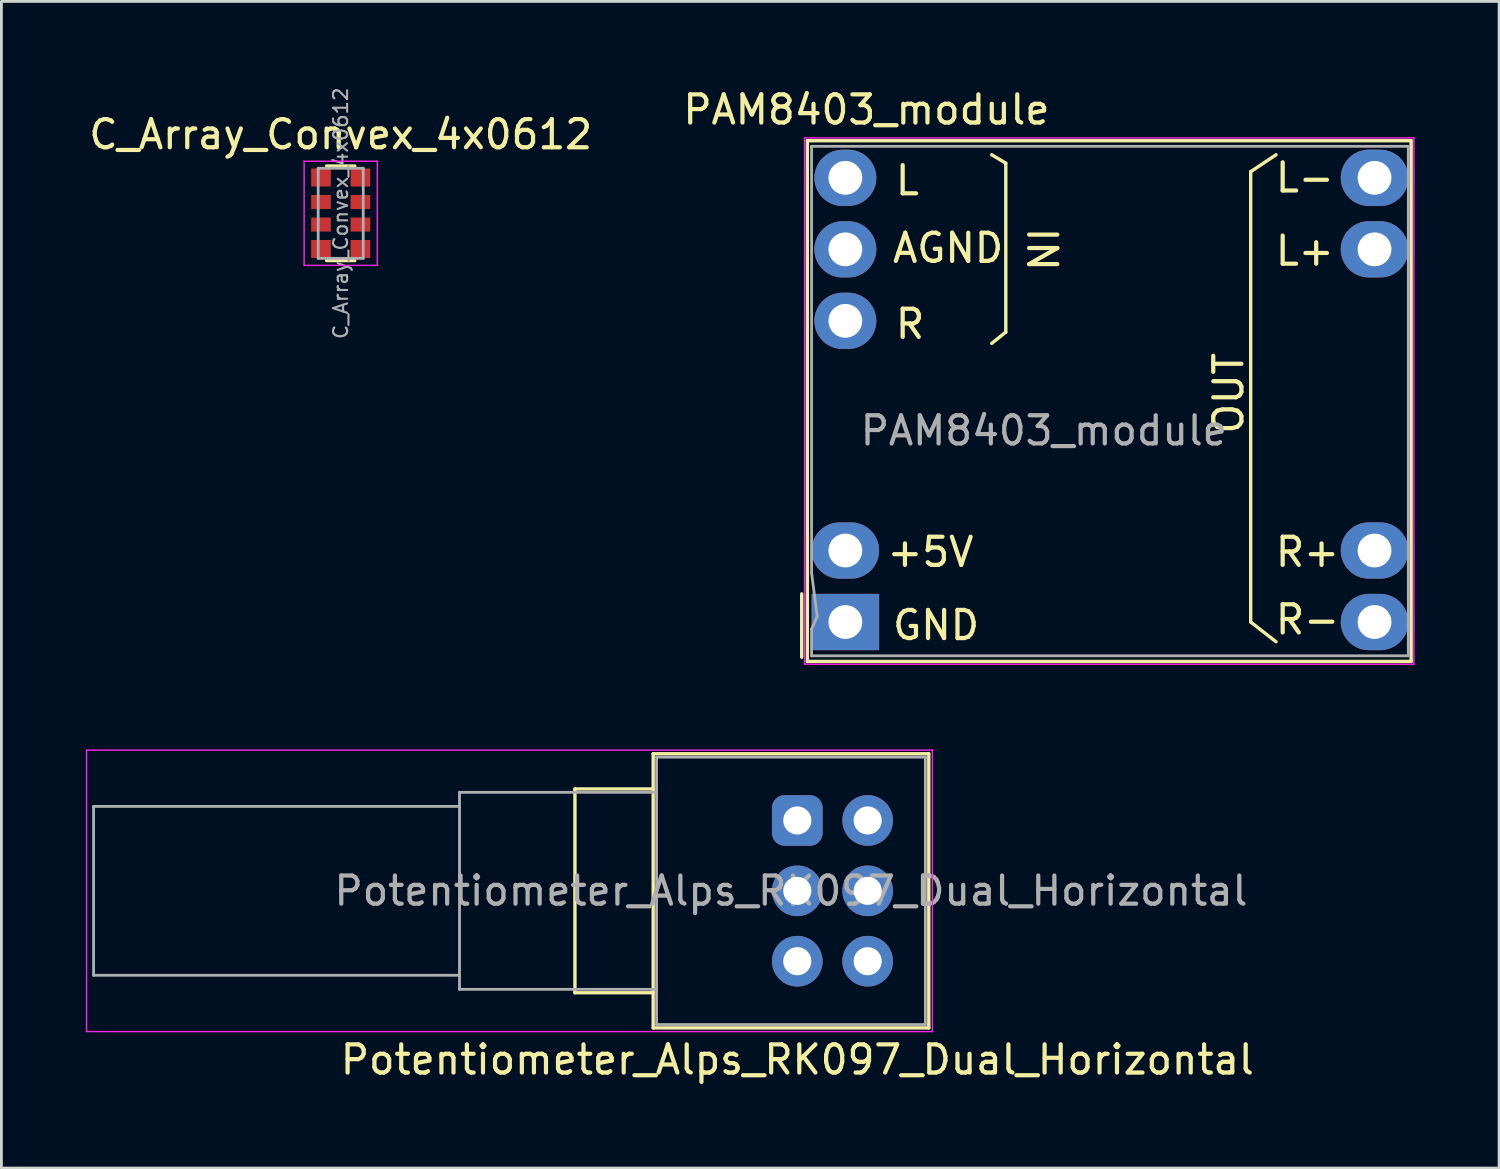
<source format=kicad_pcb>
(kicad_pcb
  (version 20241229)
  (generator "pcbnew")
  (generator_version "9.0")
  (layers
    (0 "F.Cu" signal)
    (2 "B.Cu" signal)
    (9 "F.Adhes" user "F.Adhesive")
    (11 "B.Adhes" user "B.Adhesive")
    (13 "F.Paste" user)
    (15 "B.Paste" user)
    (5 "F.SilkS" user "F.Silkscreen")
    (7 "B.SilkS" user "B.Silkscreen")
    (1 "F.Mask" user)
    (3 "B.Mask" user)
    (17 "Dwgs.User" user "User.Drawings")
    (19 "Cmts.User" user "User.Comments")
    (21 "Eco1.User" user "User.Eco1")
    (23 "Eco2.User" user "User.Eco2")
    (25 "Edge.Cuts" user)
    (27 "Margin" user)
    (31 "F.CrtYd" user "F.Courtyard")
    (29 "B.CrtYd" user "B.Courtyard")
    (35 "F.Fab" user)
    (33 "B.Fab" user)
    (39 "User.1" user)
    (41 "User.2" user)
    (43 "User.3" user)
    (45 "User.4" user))
  (footprint "PAM8403_module"
    (layer "F.Cu")
    (at 36.382 11.148)
    (property "Reference" "PAM8403_module" (at -8.65 -10.3 0) (layer "F.SilkS") (effects (font (size 1 1) (thickness 0.15))))
    (attr through_hole)
    (fp_line (start -10.95 6.9) (end -10.95 9.15) (stroke (width 0.12) (type solid)) (layer "F.SilkS"))
    (fp_line (start -10.75 -9.2) (end -10.75 9.3) (stroke (width 0.12) (type solid)) (layer "F.SilkS"))
    (fp_line (start -10.75 -9.2) (end 10.7 -9.2) (stroke (width 0.12) (type solid)) (layer "F.SilkS"))
    (fp_line (start -3.7 -8.4) (end -4.2 -8.7) (stroke (width 0.12) (type solid)) (layer "F.SilkS"))
    (fp_line (start -3.7 -8.4) (end -3.7 -2.4) (stroke (width 0.12) (type solid)) (layer "F.SilkS"))
    (fp_line (start -3.7 -2.4) (end -4.2 -2) (stroke (width 0.12) (type solid)) (layer "F.SilkS"))
    (fp_line (start 5 -8.1) (end 5 7.9) (stroke (width 0.12) (type solid)) (layer "F.SilkS"))
    (fp_line (start 5 -8.1) (end 5.9 -8.7) (stroke (width 0.12) (type solid)) (layer "F.SilkS"))
    (fp_line (start 5 7.9) (end 5.9 8.6) (stroke (width 0.12) (type solid)) (layer "F.SilkS"))
    (fp_line (start 10.7 -9.2) (end 10.7 9.3) (stroke (width 0.12) (type solid)) (layer "F.SilkS"))
    (fp_line (start 10.7 9.3) (end -10.75 9.3) (stroke (width 0.12) (type solid)) (layer "F.SilkS"))
    (fp_line (start -10.85 -9.3) (end 10.8 -9.3) (stroke (width 0.05) (type solid)) (layer "F.CrtYd"))
    (fp_line (start -10.85 9.4) (end -10.85 -9.3) (stroke (width 0.05) (type solid)) (layer "F.CrtYd"))
    (fp_line (start 10.8 -9.3) (end 10.8 9.4) (stroke (width 0.05) (type solid)) (layer "F.CrtYd"))
    (fp_line (start 10.8 9.4) (end -10.85 9.4) (stroke (width 0.05) (type solid)) (layer "F.CrtYd"))
    (fp_line (start -10.6 -9) (end 10.6 -9) (stroke (width 0.1) (type solid)) (layer "F.Fab"))
    (fp_line (start -10.6 6.15) (end -10.6 -9) (stroke (width 0.1) (type solid)) (layer "F.Fab"))
    (fp_line (start -10.6 9.1) (end -10.6 8.15) (stroke (width 0.1) (type solid)) (layer "F.Fab"))
    (fp_line (start -10.4 7.7) (end -10.6 6.15) (stroke (width 0.1) (type solid)) (layer "F.Fab"))
    (fp_line (start -10.4 7.7) (end -10.6 8.15) (stroke (width 0.1) (type solid)) (layer "F.Fab"))
    (fp_line (start 10.6 -9) (end 10.6 9.1) (stroke (width 0.1) (type solid)) (layer "F.Fab"))
    (fp_line (start 10.6 9.1) (end -10.6 9.1) (stroke (width 0.1) (type solid)) (layer "F.Fab"))
    (fp_text user "L-" (at 5.8 -7.3 0) (unlocked yes) (layer "F.SilkS") (effects (font (size 1 1) (thickness 0.15)) (justify left bottom)))
    (fp_text user "IN" (at -3 -6.2 270) (unlocked yes) (layer "F.SilkS") (effects (font (size 1 1) (thickness 0.15)) (justify left bottom)))
    (fp_text user "R+" (at 5.8 6 0) (unlocked yes) (layer "F.SilkS") (effects (font (size 1 1) (thickness 0.15)) (justify left bottom)))
    (fp_text user "L+" (at 5.8 -4.7 0) (unlocked yes) (layer "F.SilkS") (effects (font (size 1 1) (thickness 0.15)) (justify left bottom)))
    (fp_text user "+5V" (at -8 6 0) (unlocked yes) (layer "F.SilkS") (effects (font (size 1 1) (thickness 0.15)) (justify left bottom)))
    (fp_text user "R" (at -7.7 -2.1 0) (unlocked yes) (layer "F.SilkS") (effects (font (size 1 1) (thickness 0.15)) (justify left bottom)))
    (fp_text user "OUT" (at 4.8 1.3 90) (unlocked yes) (layer "F.SilkS") (effects (font (size 1 1) (thickness 0.15)) (justify left bottom)))
    (fp_text user "GND" (at -7.8 8.6 0) (unlocked yes) (layer "F.SilkS") (effects (font (size 1 1) (thickness 0.15)) (justify left bottom)))
    (fp_text user "R-" (at 5.8 8.4 0) (unlocked yes) (layer "F.SilkS") (effects (font (size 1 1) (thickness 0.15)) (justify left bottom)))
    (fp_text user "AGND" (at -7.8 -4.8 0) (unlocked yes) (layer "F.SilkS") (effects (font (size 1 1) (thickness 0.15)) (justify left bottom)))
    (fp_text user "L" (at -7.7 -7.2 0) (unlocked yes) (layer "F.SilkS") (effects (font (size 1 1) (thickness 0.15)) (justify left bottom)))
    (fp_text user "${REFERENCE}" (at -2.35 1.1 0) (layer "F.Fab") (effects (font (size 1 1) (thickness 0.15))))
    (pad "1" thru_hole rect (at -9.4 7.9) (size 2.4 2) (drill 1.2) (layers "*.Cu" "*.Mask"))
    (pad "2" thru_hole oval (at -9.4 5.36) (size 2.4 2) (drill 1.2) (layers "*.Cu" "*.Mask"))
    (pad "3" thru_hole oval (at -9.4 -2.8) (size 2.2 2) (drill 1.2) (layers "*.Cu" "*.Mask"))
    (pad "4" thru_hole oval (at -9.4 -5.34) (size 2.2 2) (drill 1.2) (layers "*.Cu" "*.Mask"))
    (pad "5" thru_hole oval (at -9.4 -7.88) (size 2.2 2) (drill 1.2) (layers "*.Cu" "*.Mask"))
    (pad "6" thru_hole oval (at 9.4 -7.88) (size 2.4 2) (drill 1.2) (layers "*.Cu" "*.Mask"))
    (pad "7" thru_hole oval (at 9.4 -5.34) (size 2.4 2) (drill 1.2) (layers "*.Cu" "*.Mask"))
    (pad "8" thru_hole oval (at 9.4 5.36) (size 2.4 2) (drill 1.2) (layers "*.Cu" "*.Mask"))
    (pad "9" thru_hole oval (at 9.4 7.9) (size 2.4 2) (drill 1.2) (layers "*.Cu" "*.Mask")))
  (footprint "C_Array_Convex_4x0612"
    (layer "F.Cu")
    (at 9.054 4.527)
    (property "Reference" "C_Array_Convex_4x0612" (at 0 -2.8 0) (layer "F.SilkS") (effects (font (size 1 1) (thickness 0.15))))
    (attr smd)
    (fp_line (start 0.5 -1.68) (end -0.5 -1.68) (stroke (width 0.12) (type solid)) (layer "F.SilkS"))
    (fp_line (start 0.5 1.68) (end -0.5 1.68) (stroke (width 0.12) (type solid)) (layer "F.SilkS"))
    (fp_line (start -1.3 -1.85) (end -1.3 1.85) (stroke (width 0.05) (type solid)) (layer "F.CrtYd"))
    (fp_line (start -1.3 -1.85) (end 1.3 -1.85) (stroke (width 0.05) (type solid)) (layer "F.CrtYd"))
    (fp_line (start 1.3 1.85) (end -1.3 1.85) (stroke (width 0.05) (type solid)) (layer "F.CrtYd"))
    (fp_line (start 1.3 1.85) (end 1.3 -1.85) (stroke (width 0.05) (type solid)) (layer "F.CrtYd"))
    (fp_line (start -0.8 -1.6) (end 0.8 -1.6) (stroke (width 0.1) (type solid)) (layer "F.Fab"))
    (fp_line (start -0.8 1.6) (end -0.8 -1.6) (stroke (width 0.1) (type solid)) (layer "F.Fab"))
    (fp_line (start 0.8 -1.6) (end 0.8 1.6) (stroke (width 0.1) (type solid)) (layer "F.Fab"))
    (fp_line (start 0.8 1.6) (end -0.8 1.6) (stroke (width 0.1) (type solid)) (layer "F.Fab"))
    (fp_text user "${REFERENCE}" (at 0 0 90) (layer "F.Fab") (effects (font (size 0.5 0.5) (thickness 0.075))))
    (pad "1" smd rect (at -0.7 -1.27) (size 0.7 0.64) (layers "F.Cu" "F.Mask" "F.Paste"))
    (pad "2" smd rect (at -0.7 -0.4) (size 0.7 0.5) (layers "F.Cu" "F.Mask" "F.Paste"))
    (pad "3" smd rect (at -0.7 0.4) (size 0.7 0.5) (layers "F.Cu" "F.Mask" "F.Paste"))
    (pad "4" smd rect (at -0.7 1.27) (size 0.7 0.64) (layers "F.Cu" "F.Mask" "F.Paste"))
    (pad "5" smd rect (at 0.7 1.27) (size 0.7 0.64) (layers "F.Cu" "F.Mask" "F.Paste"))
    (pad "6" smd rect (at 0.7 0.4) (size 0.7 0.5) (layers "F.Cu" "F.Mask" "F.Paste"))
    (pad "7" smd rect (at 0.7 -0.4) (size 0.7 0.5) (layers "F.Cu" "F.Mask" "F.Paste"))
    (pad "8" smd rect (at 0.7 -1.27) (size 0.7 0.64) (layers "F.Cu" "F.Mask" "F.Paste")))
  (footprint "Potentiometer_Alps_RK097_Dual_Horizontal"
    (layer "F.Cu")
    (at 25.275 26.098)
    (property "Reference" "Potentiometer_Alps_RK097_Dual_Horizontal" (at 0 8.5 180) (layer "F.SilkS") (effects (font (size 1 1) (thickness 0.15))))
    (attr through_hole)
    (fp_line (start -7.9 6.12) (end -7.9 -1.12) (stroke (width 0.12) (type solid)) (layer "F.SilkS"))
    (fp_line (start -5.12 -1.12) (end -7.9 -1.12) (stroke (width 0.12) (type solid)) (layer "F.SilkS"))
    (fp_line (start -5.12 6.12) (end -7.9 6.12) (stroke (width 0.12) (type solid)) (layer "F.SilkS"))
    (fp_line (start -5.12 7.37) (end -5.12 -2.37) (stroke (width 0.12) (type solid)) (layer "F.SilkS"))
    (fp_line (start 4.671 -2.37) (end -5.12 -2.37) (stroke (width 0.12) (type solid)) (layer "F.SilkS"))
    (fp_line (start 4.671 7.37) (end -5.12 7.37) (stroke (width 0.12) (type solid)) (layer "F.SilkS"))
    (fp_line (start 4.671 7.37) (end 4.671 -2.37) (stroke (width 0.12) (type solid)) (layer "F.SilkS"))
    (fp_line (start -25.25 -2.5) (end -25.25 7.5) (stroke (width 0.05) (type solid)) (layer "F.CrtYd"))
    (fp_line (start -25.25 7.5) (end 4.8 7.5) (stroke (width 0.05) (type solid)) (layer "F.CrtYd"))
    (fp_line (start 4.8 -2.5) (end -25.25 -2.5) (stroke (width 0.05) (type solid)) (layer "F.CrtYd"))
    (fp_line (start 4.8 7.5) (end 4.8 -2.5) (stroke (width 0.05) (type solid)) (layer "F.CrtYd"))
    (fp_line (start -25 -0.5) (end -25 5.5) (stroke (width 0.1) (type solid)) (layer "F.Fab"))
    (fp_line (start -25 5.5) (end -12 5.5) (stroke (width 0.1) (type solid)) (layer "F.Fab"))
    (fp_line (start -12 -1) (end -12 6) (stroke (width 0.1) (type solid)) (layer "F.Fab"))
    (fp_line (start -12 -0.5) (end -25 -0.5) (stroke (width 0.1) (type solid)) (layer "F.Fab"))
    (fp_line (start -12 6) (end -5 6) (stroke (width 0.1) (type solid)) (layer "F.Fab"))
    (fp_line (start -5 -2.25) (end -5 7.25) (stroke (width 0.1) (type solid)) (layer "F.Fab"))
    (fp_line (start -5 -1) (end -12 -1) (stroke (width 0.1) (type solid)) (layer "F.Fab"))
    (fp_line (start -5 7.25) (end 4.55 7.25) (stroke (width 0.1) (type solid)) (layer "F.Fab"))
    (fp_line (start 4.55 -2.25) (end -5 -2.25) (stroke (width 0.1) (type solid)) (layer "F.Fab"))
    (fp_line (start 4.55 7.25) (end 4.55 -2.25) (stroke (width 0.1) (type solid)) (layer "F.Fab"))
    (fp_text user "${REFERENCE}" (at -0.225 2.5 180) (layer "F.Fab") (effects (font (size 1 1) (thickness 0.15))))
    (pad "1" thru_hole roundrect (at 0 0 180) (size 1.8 1.8) (drill 1) (layers "*.Cu" "*.Mask") (roundrect_rratio 0.25))
    (pad "2" thru_hole circle (at 0 2.5 180) (size 1.8 1.8) (drill 1) (layers "*.Cu" "*.Mask"))
    (pad "3" thru_hole circle (at 0 5 180) (size 1.8 1.8) (drill 1) (layers "*.Cu" "*.Mask"))
    (pad "4" thru_hole circle (at 2.5 0 180) (size 1.8 1.8) (drill 1) (layers "*.Cu" "*.Mask"))
    (pad "5" thru_hole circle (at 2.5 2.5 180) (size 1.8 1.8) (drill 1) (layers "*.Cu" "*.Mask"))
    (pad "6" thru_hole circle (at 2.5 5 180) (size 1.8 1.8) (drill 1) (layers "*.Cu" "*.Mask")))
  (gr_rect
    (start -3 -3)
    (end 50.207 38.447)
    (stroke (width 0.1) (type default))
    (fill no)
    (layer "Edge.Cuts")))
</source>
